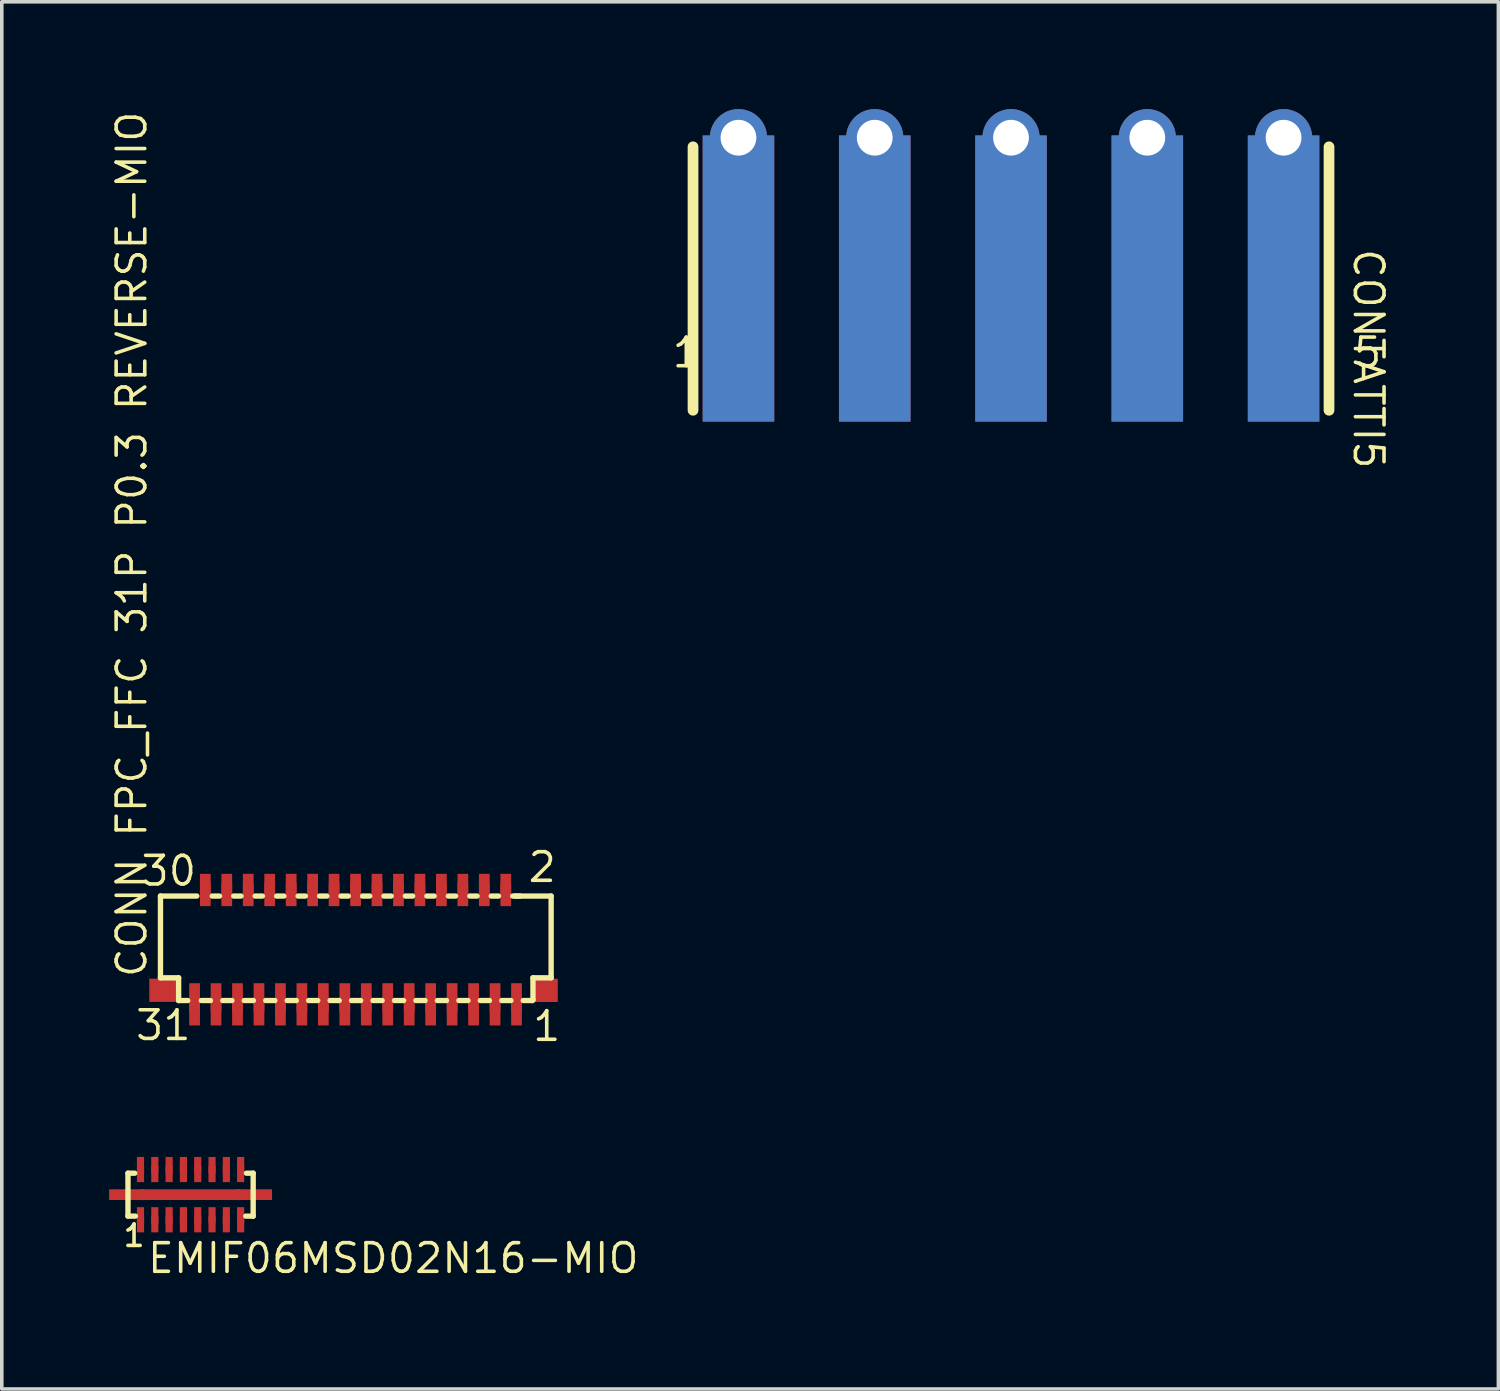
<source format=kicad_pcb>
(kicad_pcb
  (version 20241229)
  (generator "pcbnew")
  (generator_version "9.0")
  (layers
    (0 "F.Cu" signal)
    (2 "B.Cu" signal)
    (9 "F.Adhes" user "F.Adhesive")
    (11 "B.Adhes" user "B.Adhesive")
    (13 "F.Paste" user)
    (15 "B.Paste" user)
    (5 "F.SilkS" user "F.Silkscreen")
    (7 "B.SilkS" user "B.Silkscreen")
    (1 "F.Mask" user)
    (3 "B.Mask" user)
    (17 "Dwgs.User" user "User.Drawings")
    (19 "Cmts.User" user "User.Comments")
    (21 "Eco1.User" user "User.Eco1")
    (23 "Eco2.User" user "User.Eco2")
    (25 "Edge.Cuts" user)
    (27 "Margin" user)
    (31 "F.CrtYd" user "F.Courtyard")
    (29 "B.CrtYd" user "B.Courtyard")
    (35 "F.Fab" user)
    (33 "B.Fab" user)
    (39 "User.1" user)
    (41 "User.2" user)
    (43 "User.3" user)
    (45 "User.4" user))
  (footprint "EMIF06MSD02N16-MIO"
    (layer "F.Cu")
    (at 0.878 30.924)
    (property "Reference" "EMIF06MSD02N16-MIO" (at 0.143 1.67 0) (unlocked yes) (layer "F.SilkS") (effects (font (size 0.8 0.8) (thickness 0.1)) (justify left bottom)))
    (fp_line (start -0.35 -1.175) (end -0.35 0.025) (stroke (width 0.15) (type solid)) (layer "F.SilkS"))
    (fp_line (start -0.35 -1.175) (end -0.162 -1.175) (stroke (width 0.15) (type solid)) (layer "F.SilkS"))
    (fp_line (start -0.35 0.025) (end -0.143 0.025) (stroke (width 0.15) (type solid)) (layer "F.SilkS"))
    (fp_line (start 2.943 0.025) (end 3.15 0.025) (stroke (width 0.15) (type solid)) (layer "F.SilkS"))
    (fp_line (start 2.962 -1.175) (end 3.15 -1.175) (stroke (width 0.15) (type solid)) (layer "F.SilkS"))
    (fp_line (start 3.15 -1.175) (end 3.15 0.025) (stroke (width 0.15) (type solid)) (layer "F.SilkS"))
    (fp_text user "1" (at -0.532 0.922 0) (unlocked yes) (layer "F.SilkS") (effects (font (size 0.6 0.6) (thickness 0.1)) (justify left bottom)))
    (pad "1" smd rect (at 0 0 90) (size 0.45 0.2) (layers "F.Cu" "F.Mask" "F.Paste"))
    (pad "1" smd rect (at 0 0.254 90) (size 0.45 0.2) (layers "F.Cu" "F.Mask" "F.Paste"))
    (pad "2" smd rect (at 0.4 0 90) (size 0.45 0.2) (layers "F.Cu" "F.Mask" "F.Paste"))
    (pad "2" smd rect (at 0.4 0.254 90) (size 0.45 0.2) (layers "F.Cu" "F.Mask" "F.Paste"))
    (pad "3" smd rect (at 0.8 0 90) (size 0.45 0.2) (layers "F.Cu" "F.Mask" "F.Paste"))
    (pad "3" smd rect (at 0.8 0.254 90) (size 0.45 0.2) (layers "F.Cu" "F.Mask" "F.Paste"))
    (pad "4" smd rect (at 1.2 0 90) (size 0.45 0.2) (layers "F.Cu" "F.Mask" "F.Paste"))
    (pad "4" smd rect (at 1.2 0.254 90) (size 0.45 0.2) (layers "F.Cu" "F.Mask" "F.Paste"))
    (pad "5" smd rect (at 1.6 0 90) (size 0.45 0.2) (layers "F.Cu" "F.Mask" "F.Paste"))
    (pad "5" smd rect (at 1.6 0.254 90) (size 0.45 0.2) (layers "F.Cu" "F.Mask" "F.Paste"))
    (pad "6" smd rect (at 2 0 90) (size 0.45 0.2) (layers "F.Cu" "F.Mask" "F.Paste"))
    (pad "6" smd rect (at 2 0.254 90) (size 0.45 0.2) (layers "F.Cu" "F.Mask" "F.Paste"))
    (pad "7" smd rect (at 2.4 0 90) (size 0.45 0.2) (layers "F.Cu" "F.Mask" "F.Paste"))
    (pad "7" smd rect (at 2.4 0.254 90) (size 0.45 0.2) (layers "F.Cu" "F.Mask" "F.Paste"))
    (pad "8" smd rect (at 2.8 0 90) (size 0.45 0.2) (layers "F.Cu" "F.Mask" "F.Paste"))
    (pad "8" smd rect (at 2.8 0.254 90) (size 0.45 0.2) (layers "F.Cu" "F.Mask" "F.Paste"))
    (pad "9" smd rect (at 2.8 -1.404 90) (size 0.45 0.2) (layers "F.Cu" "F.Mask" "F.Paste"))
    (pad "9" smd rect (at 2.8 -1.15 90) (size 0.45 0.2) (layers "F.Cu" "F.Mask" "F.Paste"))
    (pad "10" smd rect (at 2.4 -1.404 90) (size 0.45 0.2) (layers "F.Cu" "F.Mask" "F.Paste"))
    (pad "10" smd rect (at 2.4 -1.15 90) (size 0.45 0.2) (layers "F.Cu" "F.Mask" "F.Paste"))
    (pad "11" smd rect (at 2 -1.404 90) (size 0.45 0.2) (layers "F.Cu" "F.Mask" "F.Paste"))
    (pad "11" smd rect (at 2 -1.15 90) (size 0.45 0.2) (layers "F.Cu" "F.Mask" "F.Paste"))
    (pad "12" smd rect (at 1.6 -1.404 90) (size 0.45 0.2) (layers "F.Cu" "F.Mask" "F.Paste"))
    (pad "12" smd rect (at 1.6 -1.15 90) (size 0.45 0.2) (layers "F.Cu" "F.Mask" "F.Paste"))
    (pad "13" smd rect (at 1.2 -1.404 90) (size 0.45 0.2) (layers "F.Cu" "F.Mask" "F.Paste"))
    (pad "13" smd rect (at 1.2 -1.15 90) (size 0.45 0.2) (layers "F.Cu" "F.Mask" "F.Paste"))
    (pad "14" smd rect (at 0.8 -1.404 90) (size 0.45 0.2) (layers "F.Cu" "F.Mask" "F.Paste"))
    (pad "14" smd rect (at 0.8 -1.15 90) (size 0.45 0.2) (layers "F.Cu" "F.Mask" "F.Paste"))
    (pad "15" smd rect (at 0.4 -1.404 90) (size 0.45 0.2) (layers "F.Cu" "F.Mask" "F.Paste"))
    (pad "15" smd rect (at 0.4 -1.15 90) (size 0.45 0.2) (layers "F.Cu" "F.Mask" "F.Paste"))
    (pad "16" smd rect (at 0 -1.404 90) (size 0.45 0.2) (layers "F.Cu" "F.Mask" "F.Paste"))
    (pad "16" smd rect (at 0 -1.15 90) (size 0.45 0.2) (layers "F.Cu" "F.Mask" "F.Paste"))
    (pad "17" smd rect (at -0.378 -0.575) (size 1 0.3) (layers "F.Cu" "F.Mask" "F.Paste"))
    (pad "17" smd rect (at 1.4 -0.575) (size 2.8 0.3) (layers "F.Cu" "F.Mask" "F.Paste"))
    (pad "17" smd rect (at 3.178 -0.575) (size 1 0.3) (layers "F.Cu" "F.Mask" "F.Paste")))
  (footprint "CONN FPC_FFC 31P P0.3 REVERSE-MIO"
    (layer "F.Cu")
    (at 11.39 24.838)
    (property "Reference" "CONN FPC_FFC 31P P0.3 REVERSE-MIO" (at -10.29 -0.508 90) (unlocked yes) (layer "F.SilkS") (effects (font (size 0.8 0.8) (thickness 0.1)) (justify left bottom)))
    (fp_line (start -9.954 -2.837) (end -8.938 -2.837) (stroke (width 0.15) (type solid)) (layer "F.SilkS"))
    (fp_line (start -9.954 -0.551) (end -9.954 -2.837) (stroke (width 0.15) (type solid)) (layer "F.SilkS"))
    (fp_line (start -9.954 -0.551) (end -9.446 -0.551) (stroke (width 0.15) (type solid)) (layer "F.SilkS"))
    (fp_line (start -9.446 0.084) (end -9.446 -0.551) (stroke (width 0.15) (type solid)) (layer "F.SilkS"))
    (fp_line (start -9.446 0.084) (end -9.192 0.084) (stroke (width 0.15) (type solid)) (layer "F.SilkS"))
    (fp_line (start -8.811 0.084) (end -8.557 0.084) (stroke (width 0.15) (type solid)) (layer "F.SilkS"))
    (fp_line (start -8.506 -2.837) (end -8.303 -2.837) (stroke (width 0.15) (type solid)) (layer "F.SilkS"))
    (fp_line (start -8.211 0.084) (end -7.957 0.084) (stroke (width 0.15) (type solid)) (layer "F.SilkS"))
    (fp_line (start -7.906 -2.837) (end -7.703 -2.837) (stroke (width 0.15) (type solid)) (layer "F.SilkS"))
    (fp_line (start -7.611 0.084) (end -7.357 0.084) (stroke (width 0.15) (type solid)) (layer "F.SilkS"))
    (fp_line (start -7.306 -2.837) (end -7.103 -2.837) (stroke (width 0.15) (type solid)) (layer "F.SilkS"))
    (fp_line (start -7.011 0.084) (end -6.757 0.084) (stroke (width 0.15) (type solid)) (layer "F.SilkS"))
    (fp_line (start -6.706 -2.837) (end -6.503 -2.837) (stroke (width 0.15) (type solid)) (layer "F.SilkS"))
    (fp_line (start -6.411 0.084) (end -6.157 0.084) (stroke (width 0.15) (type solid)) (layer "F.SilkS"))
    (fp_line (start -6.106 -2.837) (end -5.903 -2.837) (stroke (width 0.15) (type solid)) (layer "F.SilkS"))
    (fp_line (start -5.811 0.084) (end -5.557 0.084) (stroke (width 0.15) (type solid)) (layer "F.SilkS"))
    (fp_line (start -5.506 -2.837) (end -5.303 -2.837) (stroke (width 0.15) (type solid)) (layer "F.SilkS"))
    (fp_line (start -5.211 0.084) (end -4.957 0.084) (stroke (width 0.15) (type solid)) (layer "F.SilkS"))
    (fp_line (start -4.906 -2.837) (end -4.703 -2.837) (stroke (width 0.15) (type solid)) (layer "F.SilkS"))
    (fp_line (start -4.611 0.084) (end -4.357 0.084) (stroke (width 0.15) (type solid)) (layer "F.SilkS"))
    (fp_line (start -4.306 -2.837) (end -4.103 -2.837) (stroke (width 0.15) (type solid)) (layer "F.SilkS"))
    (fp_line (start -4.011 0.084) (end -3.757 0.084) (stroke (width 0.15) (type solid)) (layer "F.SilkS"))
    (fp_line (start -3.706 -2.837) (end -3.503 -2.837) (stroke (width 0.15) (type solid)) (layer "F.SilkS"))
    (fp_line (start -3.411 0.084) (end -3.157 0.084) (stroke (width 0.15) (type solid)) (layer "F.SilkS"))
    (fp_line (start -3.106 -2.837) (end -2.903 -2.837) (stroke (width 0.15) (type solid)) (layer "F.SilkS"))
    (fp_line (start -2.811 0.084) (end -2.557 0.084) (stroke (width 0.15) (type solid)) (layer "F.SilkS"))
    (fp_line (start -2.506 -2.837) (end -2.303 -2.837) (stroke (width 0.15) (type solid)) (layer "F.SilkS"))
    (fp_line (start -2.211 0.084) (end -1.957 0.084) (stroke (width 0.15) (type solid)) (layer "F.SilkS"))
    (fp_line (start -1.906 -2.837) (end -1.703 -2.837) (stroke (width 0.15) (type solid)) (layer "F.SilkS"))
    (fp_line (start -1.611 0.084) (end -1.357 0.084) (stroke (width 0.15) (type solid)) (layer "F.SilkS"))
    (fp_line (start -1.306 -2.837) (end -1.103 -2.837) (stroke (width 0.15) (type solid)) (layer "F.SilkS"))
    (fp_line (start -1.011 0.084) (end -0.757 0.084) (stroke (width 0.15) (type solid)) (layer "F.SilkS"))
    (fp_line (start -0.706 -2.837) (end -0.503 -2.837) (stroke (width 0.15) (type solid)) (layer "F.SilkS"))
    (fp_line (start -0.411 0.084) (end -0.157 0.084) (stroke (width 0.15) (type solid)) (layer "F.SilkS"))
    (fp_line (start -0.106 -2.837) (end 0.097 -2.837) (stroke (width 0.15) (type solid)) (layer "F.SilkS"))
    (fp_line (start -0.048 -2.837) (end 0.968 -2.837) (stroke (width 0.15) (type solid)) (layer "F.SilkS"))
    (fp_line (start 0.189 0.084) (end 0.443 0.084) (stroke (width 0.15) (type solid)) (layer "F.SilkS"))
    (fp_line (start 0.443 0.084) (end 0.46 0.067) (stroke (width 0.15) (type solid)) (layer "F.SilkS"))
    (fp_line (start 0.46 -0.551) (end 0.46 0.067) (stroke (width 0.15) (type solid)) (layer "F.SilkS"))
    (fp_line (start 0.46 -0.551) (end 0.968 -0.551) (stroke (width 0.15) (type solid)) (layer "F.SilkS"))
    (fp_line (start 0.968 -0.551) (end 0.968 -2.837) (stroke (width 0.15) (type solid)) (layer "F.SilkS"))
    (fp_text user "31" (at -10.702 1.245 0) (unlocked yes) (layer "F.SilkS") (effects (font (size 0.8 0.8) (thickness 0.1)) (justify left bottom)))
    (fp_text user "1" (at 0.398 1.27 0) (unlocked yes) (layer "F.SilkS") (effects (font (size 0.8 0.8) (thickness 0.1)) (justify left bottom)))
    (fp_text user "30" (at -10.549 -3.073 0) (unlocked yes) (layer "F.SilkS") (effects (font (size 0.8 0.8) (thickness 0.1)) (justify left bottom)))
    (fp_text user "2" (at 0.271 -3.175 0) (unlocked yes) (layer "F.SilkS") (effects (font (size 0.8 0.8) (thickness 0.1)) (justify left bottom)))
    (pad "" smd rect (at -10.067 -0.203 90) (size 0.65 0.4) (layers "F.Cu" "F.Mask" "F.Paste"))
    (pad "" smd rect (at -9.686 -0.203 90) (size 0.65 0.4) (layers "F.Cu" "F.Mask" "F.Paste"))
    (pad "" smd rect (at 0.7 -0.2 90) (size 0.65 0.4) (layers "F.Cu" "F.Mask" "F.Paste"))
    (pad "" smd rect (at 0.954 -0.2 90) (size 0.65 0.4) (layers "F.Cu" "F.Mask" "F.Paste"))
    (pad "1" smd rect (at 0 0 90) (size 0.8 0.3) (layers "F.Cu" "F.Mask" "F.Paste"))
    (pad "1" smd rect (at 0 0.381 90) (size 0.8 0.3) (layers "F.Cu" "F.Mask" "F.Paste"))
    (pad "2" smd rect (at -0.3 -3.134 90) (size 0.65 0.3) (layers "F.Cu" "F.Mask" "F.Paste"))
    (pad "2" smd rect (at -0.3 -2.88 90) (size 0.65 0.3) (layers "F.Cu" "F.Mask" "F.Paste"))
    (pad "3" smd rect (at -0.6 0 90) (size 0.8 0.3) (layers "F.Cu" "F.Mask" "F.Paste"))
    (pad "3" smd rect (at -0.6 0.381 90) (size 0.8 0.3) (layers "F.Cu" "F.Mask" "F.Paste"))
    (pad "4" smd rect (at -0.9 -3.134 90) (size 0.65 0.3) (layers "F.Cu" "F.Mask" "F.Paste"))
    (pad "4" smd rect (at -0.9 -2.88 90) (size 0.65 0.3) (layers "F.Cu" "F.Mask" "F.Paste"))
    (pad "5" smd rect (at -1.2 0 90) (size 0.8 0.3) (layers "F.Cu" "F.Mask" "F.Paste"))
    (pad "5" smd rect (at -1.2 0.381 90) (size 0.8 0.3) (layers "F.Cu" "F.Mask" "F.Paste"))
    (pad "6" smd rect (at -1.5 -3.134 90) (size 0.65 0.3) (layers "F.Cu" "F.Mask" "F.Paste"))
    (pad "6" smd rect (at -1.5 -2.88 90) (size 0.65 0.3) (layers "F.Cu" "F.Mask" "F.Paste"))
    (pad "7" smd rect (at -1.8 0 90) (size 0.8 0.3) (layers "F.Cu" "F.Mask" "F.Paste"))
    (pad "7" smd rect (at -1.8 0.381 90) (size 0.8 0.3) (layers "F.Cu" "F.Mask" "F.Paste"))
    (pad "8" smd rect (at -2.1 -3.134 90) (size 0.65 0.3) (layers "F.Cu" "F.Mask" "F.Paste"))
    (pad "8" smd rect (at -2.1 -2.88 90) (size 0.65 0.3) (layers "F.Cu" "F.Mask" "F.Paste"))
    (pad "9" smd rect (at -2.4 0 90) (size 0.8 0.3) (layers "F.Cu" "F.Mask" "F.Paste"))
    (pad "9" smd rect (at -2.4 0.381 90) (size 0.8 0.3) (layers "F.Cu" "F.Mask" "F.Paste"))
    (pad "10" smd rect (at -2.7 -3.134 90) (size 0.65 0.3) (layers "F.Cu" "F.Mask" "F.Paste"))
    (pad "10" smd rect (at -2.7 -2.88 90) (size 0.65 0.3) (layers "F.Cu" "F.Mask" "F.Paste"))
    (pad "11" smd rect (at -3 0 90) (size 0.8 0.3) (layers "F.Cu" "F.Mask" "F.Paste"))
    (pad "11" smd rect (at -3 0.381 90) (size 0.8 0.3) (layers "F.Cu" "F.Mask" "F.Paste"))
    (pad "12" smd rect (at -3.3 -3.134 90) (size 0.65 0.3) (layers "F.Cu" "F.Mask" "F.Paste"))
    (pad "12" smd rect (at -3.3 -2.88 90) (size 0.65 0.3) (layers "F.Cu" "F.Mask" "F.Paste"))
    (pad "13" smd rect (at -3.6 0 90) (size 0.8 0.3) (layers "F.Cu" "F.Mask" "F.Paste"))
    (pad "13" smd rect (at -3.6 0.381 90) (size 0.8 0.3) (layers "F.Cu" "F.Mask" "F.Paste"))
    (pad "14" smd rect (at -3.9 -3.134 90) (size 0.65 0.3) (layers "F.Cu" "F.Mask" "F.Paste"))
    (pad "14" smd rect (at -3.9 -2.88 90) (size 0.65 0.3) (layers "F.Cu" "F.Mask" "F.Paste"))
    (pad "15" smd rect (at -4.2 0 90) (size 0.8 0.3) (layers "F.Cu" "F.Mask" "F.Paste"))
    (pad "15" smd rect (at -4.2 0.381 90) (size 0.8 0.3) (layers "F.Cu" "F.Mask" "F.Paste"))
    (pad "16" smd rect (at -4.5 -3.134 90) (size 0.65 0.3) (layers "F.Cu" "F.Mask" "F.Paste"))
    (pad "16" smd rect (at -4.5 -2.88 90) (size 0.65 0.3) (layers "F.Cu" "F.Mask" "F.Paste"))
    (pad "17" smd rect (at -4.8 0 90) (size 0.8 0.3) (layers "F.Cu" "F.Mask" "F.Paste"))
    (pad "17" smd rect (at -4.8 0.381 90) (size 0.8 0.3) (layers "F.Cu" "F.Mask" "F.Paste"))
    (pad "18" smd rect (at -5.1 -3.134 90) (size 0.65 0.3) (layers "F.Cu" "F.Mask" "F.Paste"))
    (pad "18" smd rect (at -5.1 -2.88 90) (size 0.65 0.3) (layers "F.Cu" "F.Mask" "F.Paste"))
    (pad "19" smd rect (at -5.4 0 90) (size 0.8 0.3) (layers "F.Cu" "F.Mask" "F.Paste"))
    (pad "19" smd rect (at -5.4 0.381 90) (size 0.8 0.3) (layers "F.Cu" "F.Mask" "F.Paste"))
    (pad "20" smd rect (at -5.7 -3.134 90) (size 0.65 0.3) (layers "F.Cu" "F.Mask" "F.Paste"))
    (pad "20" smd rect (at -5.7 -2.88 90) (size 0.65 0.3) (layers "F.Cu" "F.Mask" "F.Paste"))
    (pad "21" smd rect (at -6 0 90) (size 0.8 0.3) (layers "F.Cu" "F.Mask" "F.Paste"))
    (pad "21" smd rect (at -6 0.381 90) (size 0.8 0.3) (layers "F.Cu" "F.Mask" "F.Paste"))
    (pad "22" smd rect (at -6.3 -3.134 90) (size 0.65 0.3) (layers "F.Cu" "F.Mask" "F.Paste"))
    (pad "22" smd rect (at -6.3 -2.88 90) (size 0.65 0.3) (layers "F.Cu" "F.Mask" "F.Paste"))
    (pad "23" smd rect (at -6.6 0 90) (size 0.8 0.3) (layers "F.Cu" "F.Mask" "F.Paste"))
    (pad "23" smd rect (at -6.6 0.381 90) (size 0.8 0.3) (layers "F.Cu" "F.Mask" "F.Paste"))
    (pad "24" smd rect (at -6.9 -3.134 90) (size 0.65 0.3) (layers "F.Cu" "F.Mask" "F.Paste"))
    (pad "24" smd rect (at -6.9 -2.88 90) (size 0.65 0.3) (layers "F.Cu" "F.Mask" "F.Paste"))
    (pad "25" smd rect (at -7.2 0 90) (size 0.8 0.3) (layers "F.Cu" "F.Mask" "F.Paste"))
    (pad "25" smd rect (at -7.2 0.381 90) (size 0.8 0.3) (layers "F.Cu" "F.Mask" "F.Paste"))
    (pad "26" smd rect (at -7.5 -3.134 90) (size 0.65 0.3) (layers "F.Cu" "F.Mask" "F.Paste"))
    (pad "26" smd rect (at -7.5 -2.88 90) (size 0.65 0.3) (layers "F.Cu" "F.Mask" "F.Paste"))
    (pad "27" smd rect (at -7.8 0 90) (size 0.8 0.3) (layers "F.Cu" "F.Mask" "F.Paste"))
    (pad "27" smd rect (at -7.8 0.381 90) (size 0.8 0.3) (layers "F.Cu" "F.Mask" "F.Paste"))
    (pad "28" smd rect (at -8.1 -3.134 90) (size 0.65 0.3) (layers "F.Cu" "F.Mask" "F.Paste"))
    (pad "28" smd rect (at -8.1 -2.88 90) (size 0.65 0.3) (layers "F.Cu" "F.Mask" "F.Paste"))
    (pad "29" smd rect (at -8.4 0 90) (size 0.8 0.3) (layers "F.Cu" "F.Mask" "F.Paste"))
    (pad "29" smd rect (at -8.4 0.381 90) (size 0.8 0.3) (layers "F.Cu" "F.Mask" "F.Paste"))
    (pad "30" smd rect (at -8.7 -3.134 90) (size 0.65 0.3) (layers "F.Cu" "F.Mask" "F.Paste"))
    (pad "30" smd rect (at -8.7 -2.88 90) (size 0.65 0.3) (layers "F.Cu" "F.Mask" "F.Paste"))
    (pad "31" smd rect (at -9 0 90) (size 0.8 0.3) (layers "F.Cu" "F.Mask" "F.Paste"))
    (pad "31" smd rect (at -9 0.381 90) (size 0.8 0.3) (layers "F.Cu" "F.Mask" "F.Paste")))
  (footprint "CONTATTI5"
    (layer "F.Cu")
    (at 17.595 4.737)
    (property "Reference" "CONTATTI5" (at 17.145 -0.889 270) (unlocked yes) (layer "F.SilkS") (effects (font (size 0.8 0.8) (thickness 0.1)) (justify left bottom)))
    (fp_line (start -1.27 -3.683) (end -1.27 3.683) (stroke (width 0.3) (type solid)) (layer "F.SilkS"))
    (fp_line (start 16.51 -3.683) (end 16.51 3.683) (stroke (width 0.3) (type solid)) (layer "F.SilkS"))
    (fp_text user "1" (at -1.905 2.54 0) (unlocked yes) (layer "F.SilkS") (effects (font (size 0.8 0.8) (thickness 0.1)) (justify left bottom)))
    (fp_text user "5" (at 17.145 2.54 0) (unlocked yes) (layer "F.SilkS") (effects (font (size 0.8 0.8) (thickness 0.1)) (justify left bottom)))
    (pad "1" thru_hole circle (at 0 -3.937 90) (size 1.6 1.6) (drill 1) (layers "*.Cu" "*.Mask"))
    (pad "1" smd rect (at 0 0) (size 2 8) (layers "F.Cu" "F.Mask" "F.Paste"))
    (pad "1" smd rect (at 0 0) (size 2 8) (layers "B.Cu" "B.Mask" "B.Paste"))
    (pad "2" thru_hole circle (at 3.81 -3.937 90) (size 1.6 1.6) (drill 1) (layers "*.Cu" "*.Mask"))
    (pad "2" smd rect (at 3.81 0) (size 2 8) (layers "F.Cu" "F.Mask" "F.Paste"))
    (pad "2" smd rect (at 3.81 0) (size 2 8) (layers "B.Cu" "B.Mask" "B.Paste"))
    (pad "3" thru_hole circle (at 7.62 -3.937 90) (size 1.6 1.6) (drill 1) (layers "*.Cu" "*.Mask"))
    (pad "3" smd rect (at 7.62 0) (size 2 8) (layers "F.Cu" "F.Mask" "F.Paste"))
    (pad "3" smd rect (at 7.62 0) (size 2 8) (layers "B.Cu" "B.Mask" "B.Paste"))
    (pad "4" thru_hole circle (at 11.43 -3.937 90) (size 1.6 1.6) (drill 1) (layers "*.Cu" "*.Mask"))
    (pad "4" smd rect (at 11.43 0) (size 2 8) (layers "F.Cu" "F.Mask" "F.Paste"))
    (pad "4" smd rect (at 11.43 0) (size 2 8) (layers "B.Cu" "B.Mask" "B.Paste"))
    (pad "5" thru_hole circle (at 15.24 -3.937 90) (size 1.6 1.6) (drill 1) (layers "*.Cu" "*.Mask"))
    (pad "5" smd rect (at 15.24 0) (size 2 8) (layers "F.Cu" "F.Mask" "F.Paste"))
    (pad "5" smd rect (at 15.24 0) (size 2 8) (layers "B.Cu" "B.Mask" "B.Paste")))
  (gr_rect
    (start -3 -3)
    (end 38.84 35.781)
    (stroke (width 0.1) (type default))
    (fill no)
    (layer "Edge.Cuts")))
</source>
